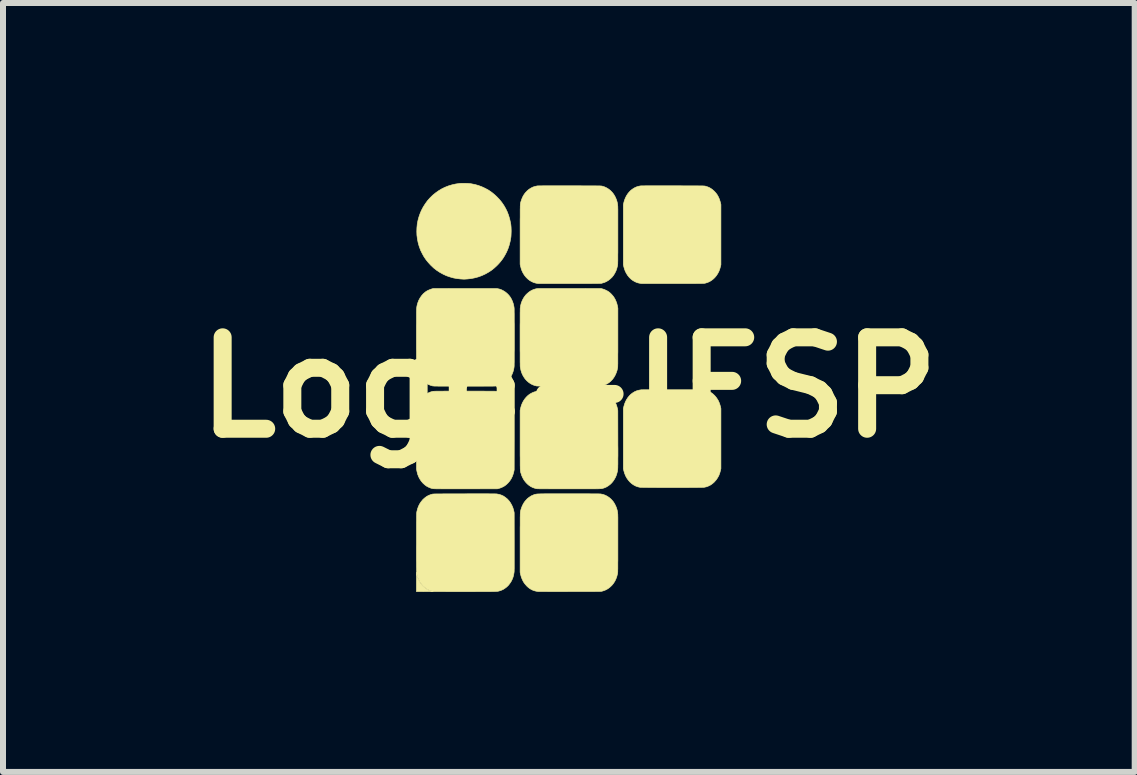
<source format=kicad_pcb>
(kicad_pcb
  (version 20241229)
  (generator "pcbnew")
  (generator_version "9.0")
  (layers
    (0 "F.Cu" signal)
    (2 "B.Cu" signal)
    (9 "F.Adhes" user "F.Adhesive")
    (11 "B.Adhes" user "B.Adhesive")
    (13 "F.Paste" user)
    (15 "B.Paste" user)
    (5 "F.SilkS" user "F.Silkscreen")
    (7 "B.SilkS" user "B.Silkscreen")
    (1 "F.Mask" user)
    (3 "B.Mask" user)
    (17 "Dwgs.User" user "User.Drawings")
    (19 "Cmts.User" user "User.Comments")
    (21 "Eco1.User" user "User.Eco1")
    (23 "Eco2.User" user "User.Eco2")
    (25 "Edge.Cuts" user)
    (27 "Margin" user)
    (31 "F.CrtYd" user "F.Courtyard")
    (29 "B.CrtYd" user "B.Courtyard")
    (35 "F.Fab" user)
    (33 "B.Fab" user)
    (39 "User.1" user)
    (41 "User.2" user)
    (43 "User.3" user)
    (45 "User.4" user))
  (footprint "Logo-IFSP"
    (layer "F.Cu")
    (at 6.43 3.406)
    (property "Reference" "Logo-IFSP" (at 0 0 0) (layer "F.SilkS") (effects (font (size 1.524 1.524) (thickness 0.3))))
    (attr through_hole)
    (fp_poly (pts (xy -1.732 -3.401) (xy -1.706 -3.4) (xy -1.681 -3.399) (xy -1.658 -3.397) (xy -1.638 -3.395) (xy -1.631 -3.394) (xy -1.568 -3.382) (xy -1.508 -3.365) (xy -1.449 -3.343) (xy -1.393 -3.317) (xy -1.338 -3.287) (xy -1.287 -3.252) (xy -1.238 -3.212) (xy -1.203 -3.18) (xy -1.158 -3.133) (xy -1.118 -3.084) (xy -1.083 -3.033) (xy -1.052 -2.979) (xy -1.025 -2.923) (xy -1.003 -2.864) (xy -0.985 -2.802) (xy -0.971 -2.738) (xy -0.967 -2.715) (xy -0.965 -2.696) (xy -0.963 -2.674) (xy -0.962 -2.648) (xy -0.961 -2.622) (xy -0.961 -2.594) (xy -0.962 -2.567) (xy -0.963 -2.542) (xy -0.964 -2.519) (xy -0.966 -2.501) (xy -0.966 -2.5) (xy -0.978 -2.434) (xy -0.994 -2.371) (xy -1.014 -2.311) (xy -1.039 -2.253) (xy -1.069 -2.197) (xy -1.102 -2.144) (xy -1.14 -2.094) (xy -1.182 -2.047) (xy -1.194 -2.035) (xy -1.241 -1.991) (xy -1.29 -1.952) (xy -1.342 -1.918) (xy -1.396 -1.888) (xy -1.453 -1.862) (xy -1.511 -1.841) (xy -1.571 -1.825) (xy -1.633 -1.813) (xy -1.697 -1.806) (xy -1.701 -1.806) (xy -1.719 -1.805) (xy -1.734 -1.804) (xy -1.748 -1.804) (xy -1.76 -1.804) (xy -1.774 -1.805) (xy -1.791 -1.806) (xy -1.798 -1.806) (xy -1.86 -1.813) (xy -1.922 -1.824) (xy -1.982 -1.841) (xy -2.04 -1.861) (xy -2.096 -1.887) (xy -2.149 -1.916) (xy -2.201 -1.95) (xy -2.25 -1.988) (xy -2.295 -2.03) (xy -2.338 -2.076) (xy -2.378 -2.125) (xy -2.402 -2.16) (xy -2.416 -2.181) (xy -2.43 -2.206) (xy -2.444 -2.232) (xy -2.457 -2.258) (xy -2.469 -2.282) (xy -2.473 -2.292) (xy -2.495 -2.352) (xy -2.512 -2.413) (xy -2.524 -2.474) (xy -2.532 -2.537) (xy -2.534 -2.599) (xy -2.532 -2.661) (xy -2.526 -2.724) (xy -2.514 -2.785) (xy -2.497 -2.846) (xy -2.476 -2.905) (xy -2.456 -2.951) (xy -2.426 -3.008) (xy -2.392 -3.061) (xy -2.355 -3.112) (xy -2.313 -3.159) (xy -2.268 -3.203) (xy -2.22 -3.242) (xy -2.177 -3.273) (xy -2.123 -3.306) (xy -2.067 -3.334) (xy -2.009 -3.357) (xy -1.95 -3.375) (xy -1.889 -3.389) (xy -1.826 -3.398) (xy -1.823 -3.399) (xy -1.805 -3.4) (xy -1.783 -3.401) (xy -1.758 -3.401) (xy -1.732 -3.401)) (stroke (width 0.01) (type solid)) (fill yes) (layer "F.SilkS"))
    (fp_poly (pts (xy 1.536 0.038) (xy 1.593 0.039) (xy 1.655 0.039) (xy 1.722 0.039) (xy 1.737 0.039) (xy 1.798 0.039) (xy 1.854 0.039) (xy 1.905 0.039) (xy 1.952 0.039) (xy 1.994 0.039) (xy 2.033 0.039) (xy 2.067 0.039) (xy 2.098 0.04) (xy 2.126 0.04) (xy 2.151 0.04) (xy 2.173 0.04) (xy 2.192 0.041) (xy 2.209 0.041) (xy 2.223 0.041) (xy 2.236 0.042) (xy 2.246 0.042) (xy 2.255 0.043) (xy 2.263 0.044) (xy 2.27 0.045) (xy 2.275 0.045) (xy 2.28 0.046) (xy 2.284 0.048) (xy 2.289 0.049) (xy 2.293 0.05) (xy 2.297 0.052) (xy 2.301 0.053) (xy 2.305 0.054) (xy 2.339 0.068) (xy 2.371 0.087) (xy 2.402 0.11) (xy 2.43 0.136) (xy 2.456 0.167) (xy 2.478 0.2) (xy 2.493 0.225) (xy 2.505 0.253) (xy 2.516 0.283) (xy 2.525 0.314) (xy 2.528 0.326) (xy 2.534 0.352) (xy 2.534 1.355) (xy 2.528 1.381) (xy 2.516 1.425) (xy 2.501 1.466) (xy 2.481 1.503) (xy 2.458 1.538) (xy 2.431 1.569) (xy 2.426 1.575) (xy 2.396 1.602) (xy 2.364 1.625) (xy 2.331 1.642) (xy 2.296 1.656) (xy 2.259 1.664) (xy 2.253 1.665) (xy 2.247 1.666) (xy 2.237 1.666) (xy 2.222 1.666) (xy 2.203 1.667) (xy 2.18 1.667) (xy 2.154 1.667) (xy 2.124 1.668) (xy 2.091 1.668) (xy 2.056 1.668) (xy 2.018 1.668) (xy 1.979 1.669) (xy 1.937 1.669) (xy 1.894 1.669) (xy 1.85 1.669) (xy 1.805 1.669) (xy 1.759 1.669) (xy 1.713 1.669) (xy 1.667 1.669) (xy 1.622 1.669) (xy 1.577 1.669) (xy 1.533 1.669) (xy 1.491 1.669) (xy 1.449 1.668) (xy 1.41 1.668) (xy 1.373 1.668) (xy 1.338 1.668) (xy 1.306 1.667) (xy 1.278 1.667) (xy 1.252 1.667) (xy 1.23 1.666) (xy 1.212 1.666) (xy 1.198 1.666) (xy 1.189 1.665) (xy 1.186 1.665) (xy 1.149 1.657) (xy 1.114 1.644) (xy 1.08 1.626) (xy 1.048 1.604) (xy 1.018 1.577) (xy 1.017 1.576) (xy 0.99 1.545) (xy 0.966 1.511) (xy 0.946 1.475) (xy 0.93 1.435) (xy 0.917 1.392) (xy 0.914 1.379) (xy 0.908 1.353) (xy 0.908 0.354) (xy 0.914 0.328) (xy 0.926 0.284) (xy 0.941 0.244) (xy 0.96 0.206) (xy 0.982 0.172) (xy 1.007 0.141) (xy 1.034 0.114) (xy 1.065 0.091) (xy 1.098 0.071) (xy 1.133 0.056) (xy 1.17 0.046) (xy 1.201 0.041) (xy 1.207 0.04) (xy 1.216 0.04) (xy 1.229 0.04) (xy 1.246 0.039) (xy 1.267 0.039) (xy 1.292 0.039) (xy 1.322 0.039) (xy 1.355 0.039) (xy 1.394 0.039) (xy 1.437 0.039) (xy 1.484 0.038) (xy 1.536 0.038)) (stroke (width 0.01) (type solid)) (fill yes) (layer "F.SilkS"))
    (fp_poly (pts (xy 1.527 -3.36) (xy 1.584 -3.36) (xy 1.646 -3.36) (xy 1.712 -3.36) (xy 1.735 -3.36) (xy 1.796 -3.36) (xy 1.852 -3.36) (xy 1.903 -3.359) (xy 1.95 -3.359) (xy 1.992 -3.359) (xy 2.031 -3.359) (xy 2.066 -3.359) (xy 2.097 -3.359) (xy 2.124 -3.359) (xy 2.149 -3.359) (xy 2.17 -3.358) (xy 2.189 -3.358) (xy 2.205 -3.358) (xy 2.219 -3.358) (xy 2.231 -3.358) (xy 2.241 -3.357) (xy 2.249 -3.357) (xy 2.255 -3.357) (xy 2.26 -3.356) (xy 2.264 -3.356) (xy 2.267 -3.355) (xy 2.27 -3.355) (xy 2.271 -3.355) (xy 2.306 -3.344) (xy 2.337 -3.332) (xy 2.365 -3.316) (xy 2.392 -3.297) (xy 2.418 -3.274) (xy 2.425 -3.268) (xy 2.452 -3.238) (xy 2.475 -3.206) (xy 2.494 -3.171) (xy 2.51 -3.134) (xy 2.523 -3.092) (xy 2.528 -3.073) (xy 2.534 -3.047) (xy 2.534 -2.043) (xy 2.528 -2.018) (xy 2.516 -1.975) (xy 2.501 -1.934) (xy 2.481 -1.896) (xy 2.458 -1.861) (xy 2.432 -1.83) (xy 2.428 -1.826) (xy 2.4 -1.8) (xy 2.371 -1.779) (xy 2.341 -1.761) (xy 2.307 -1.747) (xy 2.27 -1.736) (xy 2.267 -1.736) (xy 2.265 -1.735) (xy 2.262 -1.735) (xy 2.258 -1.734) (xy 2.254 -1.734) (xy 2.248 -1.733) (xy 2.241 -1.733) (xy 2.233 -1.733) (xy 2.223 -1.733) (xy 2.211 -1.732) (xy 2.196 -1.732) (xy 2.179 -1.732) (xy 2.16 -1.732) (xy 2.138 -1.732) (xy 2.113 -1.731) (xy 2.084 -1.731) (xy 2.053 -1.731) (xy 2.017 -1.731) (xy 1.978 -1.731) (xy 1.934 -1.731) (xy 1.886 -1.731) (xy 1.834 -1.731) (xy 1.777 -1.731) (xy 1.734 -1.731) (xy 1.683 -1.731) (xy 1.633 -1.731) (xy 1.585 -1.731) (xy 1.539 -1.731) (xy 1.494 -1.731) (xy 1.452 -1.731) (xy 1.413 -1.731) (xy 1.376 -1.731) (xy 1.343 -1.731) (xy 1.312 -1.731) (xy 1.285 -1.731) (xy 1.262 -1.731) (xy 1.243 -1.731) (xy 1.228 -1.731) (xy 1.217 -1.731) (xy 1.211 -1.731) (xy 1.21 -1.731) (xy 1.179 -1.736) (xy 1.151 -1.742) (xy 1.125 -1.751) (xy 1.101 -1.762) (xy 1.076 -1.776) (xy 1.066 -1.782) (xy 1.034 -1.806) (xy 1.006 -1.834) (xy 0.98 -1.866) (xy 0.958 -1.901) (xy 0.939 -1.939) (xy 0.924 -1.981) (xy 0.914 -2.019) (xy 0.908 -2.046) (xy 0.908 -3.042) (xy 0.914 -3.071) (xy 0.925 -3.113) (xy 0.94 -3.152) (xy 0.958 -3.189) (xy 0.979 -3.223) (xy 1.004 -3.254) (xy 1.031 -3.282) (xy 1.061 -3.305) (xy 1.093 -3.325) (xy 1.127 -3.341) (xy 1.163 -3.352) (xy 1.194 -3.358) (xy 1.199 -3.358) (xy 1.208 -3.359) (xy 1.22 -3.359) (xy 1.237 -3.359) (xy 1.258 -3.359) (xy 1.283 -3.36) (xy 1.312 -3.36) (xy 1.346 -3.36) (xy 1.384 -3.36) (xy 1.427 -3.36) (xy 1.475 -3.36) (xy 1.527 -3.36)) (stroke (width 0.01) (type solid)) (fill yes) (layer "F.SilkS"))
    (fp_poly (pts (xy -1.664 0.062) (xy -1.606 0.062) (xy -1.553 0.062) (xy -1.505 0.062) (xy -1.461 0.062) (xy -1.421 0.062) (xy -1.386 0.063) (xy -1.353 0.063) (xy -1.325 0.063) (xy -1.299 0.063) (xy -1.277 0.063) (xy -1.258 0.063) (xy -1.241 0.063) (xy -1.227 0.064) (xy -1.216 0.064) (xy -1.206 0.064) (xy -1.199 0.065) (xy -1.193 0.065) (xy -1.189 0.065) (xy -1.186 0.066) (xy -1.148 0.075) (xy -1.112 0.089) (xy -1.078 0.108) (xy -1.047 0.13) (xy -1.017 0.157) (xy -0.991 0.187) (xy -0.968 0.22) (xy -0.948 0.257) (xy -0.94 0.275) (xy -0.929 0.308) (xy -0.919 0.343) (xy -0.913 0.377) (xy -0.912 0.387) (xy -0.912 0.393) (xy -0.911 0.401) (xy -0.911 0.412) (xy -0.911 0.426) (xy -0.91 0.443) (xy -0.91 0.464) (xy -0.91 0.489) (xy -0.91 0.517) (xy -0.91 0.549) (xy -0.91 0.585) (xy -0.91 0.625) (xy -0.91 0.67) (xy -0.91 0.719) (xy -0.91 0.773) (xy -0.91 0.831) (xy -0.91 0.894) (xy -0.911 1.373) (xy -0.916 1.4) (xy -0.928 1.445) (xy -0.943 1.486) (xy -0.962 1.524) (xy -0.985 1.559) (xy -1.011 1.59) (xy -1.04 1.618) (xy -1.071 1.642) (xy -1.106 1.661) (xy -1.144 1.677) (xy -1.165 1.683) (xy -1.19 1.69) (xy -1.714 1.691) (xy -1.777 1.691) (xy -1.835 1.691) (xy -1.888 1.691) (xy -1.936 1.691) (xy -1.981 1.691) (xy -2.021 1.691) (xy -2.057 1.691) (xy -2.09 1.691) (xy -2.119 1.691) (xy -2.144 1.69) (xy -2.167 1.69) (xy -2.187 1.69) (xy -2.203 1.69) (xy -2.218 1.69) (xy -2.23 1.689) (xy -2.24 1.689) (xy -2.248 1.689) (xy -2.254 1.688) (xy -2.258 1.688) (xy -2.261 1.688) (xy -2.297 1.68) (xy -2.332 1.666) (xy -2.366 1.649) (xy -2.398 1.626) (xy -2.428 1.599) (xy -2.433 1.594) (xy -2.461 1.561) (xy -2.484 1.526) (xy -2.504 1.488) (xy -2.52 1.446) (xy -2.531 1.402) (xy -2.533 1.392) (xy -2.539 1.36) (xy -2.539 0.88) (xy -2.539 0.821) (xy -2.539 0.767) (xy -2.539 0.717) (xy -2.539 0.672) (xy -2.539 0.63) (xy -2.539 0.593) (xy -2.539 0.56) (xy -2.538 0.53) (xy -2.538 0.503) (xy -2.538 0.479) (xy -2.538 0.458) (xy -2.537 0.44) (xy -2.537 0.423) (xy -2.537 0.409) (xy -2.536 0.397) (xy -2.535 0.387) (xy -2.535 0.378) (xy -2.534 0.37) (xy -2.533 0.363) (xy -2.532 0.356) (xy -2.531 0.351) (xy -2.53 0.345) (xy -2.528 0.339) (xy -2.527 0.334) (xy -2.525 0.328) (xy -2.525 0.326) (xy -2.512 0.286) (xy -2.495 0.248) (xy -2.475 0.213) (xy -2.452 0.18) (xy -2.425 0.151) (xy -2.396 0.126) (xy -2.365 0.104) (xy -2.331 0.087) (xy -2.309 0.078) (xy -2.297 0.074) (xy -2.282 0.07) (xy -2.269 0.067) (xy -2.268 0.067) (xy -2.266 0.066) (xy -2.263 0.066) (xy -2.259 0.065) (xy -2.255 0.065) (xy -2.25 0.065) (xy -2.243 0.064) (xy -2.236 0.064) (xy -2.227 0.064) (xy -2.215 0.063) (xy -2.202 0.063) (xy -2.187 0.063) (xy -2.17 0.063) (xy -2.149 0.063) (xy -2.126 0.063) (xy -2.1 0.063) (xy -2.071 0.062) (xy -2.038 0.062) (xy -2.001 0.062) (xy -1.96 0.062) (xy -1.916 0.062) (xy -1.867 0.062) (xy -1.813 0.062) (xy -1.755 0.062) (xy -1.726 0.062) (xy -1.664 0.062)) (stroke (width 0.01) (type solid)) (fill yes) (layer "F.SilkS"))
    (fp_poly (pts (xy -0.179 -1.648) (xy -0.124 -1.648) (xy -0.065 -1.648) (xy -0.000038 -1.648) (xy 0.014 -1.648) (xy 0.54 -1.647) (xy 0.565 -1.64) (xy 0.588 -1.633) (xy 0.612 -1.622) (xy 0.637 -1.61) (xy 0.658 -1.597) (xy 0.662 -1.595) (xy 0.686 -1.576) (xy 0.709 -1.554) (xy 0.732 -1.528) (xy 0.752 -1.501) (xy 0.769 -1.472) (xy 0.777 -1.456) (xy 0.789 -1.428) (xy 0.8 -1.397) (xy 0.808 -1.365) (xy 0.811 -1.35) (xy 0.817 -1.32) (xy 0.817 -0.836) (xy 0.817 -0.777) (xy 0.817 -0.724) (xy 0.817 -0.675) (xy 0.817 -0.63) (xy 0.817 -0.59) (xy 0.816 -0.553) (xy 0.816 -0.521) (xy 0.816 -0.492) (xy 0.816 -0.466) (xy 0.816 -0.443) (xy 0.816 -0.423) (xy 0.816 -0.406) (xy 0.816 -0.391) (xy 0.815 -0.378) (xy 0.815 -0.367) (xy 0.815 -0.358) (xy 0.815 -0.35) (xy 0.814 -0.344) (xy 0.814 -0.338) (xy 0.813 -0.334) (xy 0.813 -0.33) (xy 0.812 -0.326) (xy 0.812 -0.324) (xy 0.803 -0.281) (xy 0.789 -0.241) (xy 0.772 -0.203) (xy 0.752 -0.168) (xy 0.729 -0.136) (xy 0.702 -0.107) (xy 0.673 -0.082) (xy 0.641 -0.061) (xy 0.608 -0.044) (xy 0.572 -0.031) (xy 0.55 -0.026) (xy 0.546 -0.025) (xy 0.543 -0.024) (xy 0.54 -0.024) (xy 0.536 -0.023) (xy 0.532 -0.023) (xy 0.527 -0.023) (xy 0.521 -0.022) (xy 0.513 -0.022) (xy 0.504 -0.022) (xy 0.493 -0.021) (xy 0.48 -0.021) (xy 0.465 -0.021) (xy 0.448 -0.021) (xy 0.428 -0.021) (xy 0.405 -0.021) (xy 0.38 -0.021) (xy 0.351 -0.021) (xy 0.318 -0.021) (xy 0.282 -0.021) (xy 0.243 -0.021) (xy 0.199 -0.021) (xy 0.15 -0.021) (xy 0.098 -0.021) (xy 0.04 -0.021) (xy 0.001 -0.021) (xy -0.05 -0.021) (xy -0.101 -0.021) (xy -0.149 -0.021) (xy -0.196 -0.021) (xy -0.241 -0.021) (xy -0.283 -0.021) (xy -0.324 -0.021) (xy -0.361 -0.021) (xy -0.395 -0.022) (xy -0.427 -0.022) (xy -0.454 -0.022) (xy -0.479 -0.022) (xy -0.499 -0.022) (xy -0.515 -0.023) (xy -0.526 -0.023) (xy -0.533 -0.023) (xy -0.535 -0.023) (xy -0.571 -0.032) (xy -0.606 -0.045) (xy -0.64 -0.063) (xy -0.671 -0.085) (xy -0.701 -0.111) (xy -0.727 -0.14) (xy -0.745 -0.165) (xy -0.767 -0.202) (xy -0.785 -0.241) (xy -0.798 -0.282) (xy -0.807 -0.325) (xy -0.81 -0.347) (xy -0.811 -0.352) (xy -0.811 -0.362) (xy -0.811 -0.377) (xy -0.811 -0.396) (xy -0.812 -0.418) (xy -0.812 -0.444) (xy -0.812 -0.473) (xy -0.812 -0.506) (xy -0.812 -0.54) (xy -0.812 -0.577) (xy -0.813 -0.616) (xy -0.813 -0.657) (xy -0.813 -0.698) (xy -0.813 -0.741) (xy -0.813 -0.785) (xy -0.813 -0.828) (xy -0.813 -0.872) (xy -0.813 -0.916) (xy -0.813 -0.959) (xy -0.813 -1.001) (xy -0.813 -1.042) (xy -0.812 -1.081) (xy -0.812 -1.119) (xy -0.812 -1.154) (xy -0.812 -1.187) (xy -0.812 -1.217) (xy -0.812 -1.244) (xy -0.811 -1.267) (xy -0.811 -1.287) (xy -0.811 -1.303) (xy -0.811 -1.314) (xy -0.81 -1.321) (xy -0.81 -1.322) (xy -0.803 -1.367) (xy -0.792 -1.409) (xy -0.776 -1.449) (xy -0.756 -1.487) (xy -0.745 -1.504) (xy -0.721 -1.537) (xy -0.693 -1.565) (xy -0.663 -1.59) (xy -0.631 -1.611) (xy -0.596 -1.628) (xy -0.56 -1.64) (xy -0.531 -1.646) (xy -0.527 -1.646) (xy -0.521 -1.646) (xy -0.511 -1.647) (xy -0.499 -1.647) (xy -0.484 -1.647) (xy -0.465 -1.648) (xy -0.443 -1.648) (xy -0.417 -1.648) (xy -0.388 -1.648) (xy -0.354 -1.648) (xy -0.317 -1.648) (xy -0.275 -1.648) (xy -0.229 -1.648) (xy -0.179 -1.648)) (stroke (width 0.01) (type solid)) (fill yes) (layer "F.SilkS"))
    (fp_poly (pts (xy 0.235 0.061) (xy 0.286 0.061) (xy 0.332 0.061) (xy 0.373 0.062) (xy 0.409 0.062) (xy 0.439 0.062) (xy 0.465 0.062) (xy 0.485 0.062) (xy 0.501 0.063) (xy 0.511 0.063) (xy 0.516 0.063) (xy 0.551 0.068) (xy 0.584 0.077) (xy 0.615 0.09) (xy 0.621 0.093) (xy 0.656 0.113) (xy 0.688 0.137) (xy 0.716 0.165) (xy 0.742 0.196) (xy 0.764 0.231) (xy 0.783 0.269) (xy 0.798 0.309) (xy 0.81 0.353) (xy 0.811 0.358) (xy 0.816 0.387) (xy 0.817 0.852) (xy 0.817 0.912) (xy 0.817 0.967) (xy 0.818 1.017) (xy 0.818 1.063) (xy 0.818 1.105) (xy 0.818 1.143) (xy 0.817 1.177) (xy 0.817 1.208) (xy 0.817 1.236) (xy 0.817 1.26) (xy 0.817 1.282) (xy 0.816 1.301) (xy 0.816 1.318) (xy 0.816 1.332) (xy 0.815 1.345) (xy 0.815 1.356) (xy 0.814 1.366) (xy 0.813 1.374) (xy 0.812 1.382) (xy 0.811 1.389) (xy 0.81 1.395) (xy 0.809 1.401) (xy 0.808 1.407) (xy 0.807 1.409) (xy 0.796 1.451) (xy 0.781 1.49) (xy 0.762 1.526) (xy 0.74 1.56) (xy 0.715 1.591) (xy 0.687 1.618) (xy 0.656 1.641) (xy 0.623 1.661) (xy 0.587 1.676) (xy 0.577 1.679) (xy 0.573 1.68) (xy 0.568 1.682) (xy 0.564 1.683) (xy 0.56 1.684) (xy 0.555 1.685) (xy 0.55 1.686) (xy 0.543 1.687) (xy 0.536 1.688) (xy 0.528 1.688) (xy 0.518 1.689) (xy 0.507 1.689) (xy 0.493 1.69) (xy 0.478 1.69) (xy 0.46 1.69) (xy 0.44 1.691) (xy 0.417 1.691) (xy 0.391 1.691) (xy 0.362 1.691) (xy 0.329 1.691) (xy 0.293 1.691) (xy 0.253 1.691) (xy 0.209 1.691) (xy 0.161 1.691) (xy 0.109 1.691) (xy 0.051 1.691) (xy -0.001 1.691) (xy -0.052 1.691) (xy -0.102 1.691) (xy -0.15 1.691) (xy -0.196 1.691) (xy -0.241 1.691) (xy -0.283 1.691) (xy -0.323 1.691) (xy -0.36 1.69) (xy -0.394 1.69) (xy -0.425 1.69) (xy -0.452 1.69) (xy -0.476 1.69) (xy -0.496 1.69) (xy -0.511 1.689) (xy -0.522 1.689) (xy -0.528 1.689) (xy -0.53 1.689) (xy -0.566 1.681) (xy -0.601 1.669) (xy -0.635 1.652) (xy -0.666 1.631) (xy -0.695 1.606) (xy -0.722 1.577) (xy -0.746 1.546) (xy -0.766 1.511) (xy -0.784 1.473) (xy -0.796 1.436) (xy -0.798 1.43) (xy -0.8 1.425) (xy -0.801 1.42) (xy -0.803 1.415) (xy -0.804 1.41) (xy -0.805 1.404) (xy -0.806 1.398) (xy -0.807 1.392) (xy -0.808 1.384) (xy -0.808 1.375) (xy -0.809 1.365) (xy -0.81 1.353) (xy -0.81 1.339) (xy -0.81 1.323) (xy -0.811 1.305) (xy -0.811 1.284) (xy -0.811 1.261) (xy -0.811 1.234) (xy -0.811 1.204) (xy -0.811 1.171) (xy -0.812 1.134) (xy -0.812 1.093) (xy -0.812 1.048) (xy -0.812 0.998) (xy -0.812 0.944) (xy -0.812 0.885) (xy -0.812 0.875) (xy -0.812 0.382) (xy -0.805 0.35) (xy -0.793 0.306) (xy -0.777 0.265) (xy -0.758 0.228) (xy -0.735 0.193) (xy -0.708 0.161) (xy -0.708 0.161) (xy -0.679 0.133) (xy -0.648 0.11) (xy -0.615 0.092) (xy -0.58 0.077) (xy -0.547 0.068) (xy -0.545 0.067) (xy -0.542 0.067) (xy -0.539 0.066) (xy -0.535 0.066) (xy -0.531 0.065) (xy -0.526 0.065) (xy -0.52 0.064) (xy -0.513 0.064) (xy -0.504 0.064) (xy -0.493 0.063) (xy -0.481 0.063) (xy -0.466 0.063) (xy -0.449 0.063) (xy -0.429 0.063) (xy -0.406 0.063) (xy -0.381 0.062) (xy -0.352 0.062) (xy -0.319 0.062) (xy -0.283 0.062) (xy -0.243 0.062) (xy -0.199 0.062) (xy -0.15 0.062) (xy -0.097 0.062) (xy -0.039 0.062) (xy -0.019 0.062) (xy 0.052 0.061) (xy 0.118 0.061) (xy 0.179 0.061) (xy 0.235 0.061)) (stroke (width 0.01) (type solid)) (fill yes) (layer "F.SilkS"))
    (fp_poly (pts (xy -1.484 -1.648) (xy -1.434 -1.648) (xy -1.387 -1.648) (xy -1.346 -1.648) (xy -1.309 -1.648) (xy -1.277 -1.647) (xy -1.251 -1.647) (xy -1.229 -1.647) (xy -1.212 -1.647) (xy -1.2 -1.647) (xy -1.193 -1.646) (xy -1.191 -1.646) (xy -1.154 -1.638) (xy -1.119 -1.625) (xy -1.085 -1.607) (xy -1.053 -1.586) (xy -1.023 -1.56) (xy -0.995 -1.53) (xy -0.971 -1.497) (xy -0.97 -1.495) (xy -0.953 -1.464) (xy -0.938 -1.43) (xy -0.926 -1.394) (xy -0.917 -1.356) (xy -0.912 -1.325) (xy -0.912 -1.32) (xy -0.911 -1.309) (xy -0.911 -1.294) (xy -0.911 -1.275) (xy -0.911 -1.253) (xy -0.91 -1.226) (xy -0.91 -1.197) (xy -0.91 -1.164) (xy -0.91 -1.129) (xy -0.91 -1.092) (xy -0.909 -1.053) (xy -0.909 -1.012) (xy -0.909 -0.97) (xy -0.909 -0.927) (xy -0.909 -0.884) (xy -0.909 -0.839) (xy -0.909 -0.795) (xy -0.909 -0.752) (xy -0.909 -0.708) (xy -0.909 -0.666) (xy -0.909 -0.625) (xy -0.91 -0.586) (xy -0.91 -0.548) (xy -0.91 -0.512) (xy -0.91 -0.479) (xy -0.91 -0.449) (xy -0.91 -0.422) (xy -0.911 -0.398) (xy -0.911 -0.378) (xy -0.911 -0.363) (xy -0.912 -0.351) (xy -0.912 -0.344) (xy -0.912 -0.343) (xy -0.919 -0.301) (xy -0.93 -0.261) (xy -0.945 -0.222) (xy -0.963 -0.186) (xy -0.985 -0.152) (xy -1.01 -0.122) (xy -1.038 -0.095) (xy -1.069 -0.071) (xy -1.102 -0.052) (xy -1.137 -0.036) (xy -1.139 -0.036) (xy -1.144 -0.034) (xy -1.148 -0.032) (xy -1.153 -0.031) (xy -1.157 -0.03) (xy -1.161 -0.028) (xy -1.166 -0.027) (xy -1.171 -0.026) (xy -1.178 -0.025) (xy -1.185 -0.024) (xy -1.194 -0.024) (xy -1.204 -0.023) (xy -1.216 -0.023) (xy -1.229 -0.022) (xy -1.245 -0.022) (xy -1.263 -0.021) (xy -1.284 -0.021) (xy -1.308 -0.021) (xy -1.334 -0.021) (xy -1.364 -0.021) (xy -1.397 -0.021) (xy -1.434 -0.02) (xy -1.475 -0.02) (xy -1.519 -0.02) (xy -1.568 -0.02) (xy -1.622 -0.02) (xy -1.68 -0.02) (xy -1.727 -0.02) (xy -1.788 -0.021) (xy -1.843 -0.021) (xy -1.895 -0.021) (xy -1.941 -0.021) (xy -1.984 -0.021) (xy -2.022 -0.021) (xy -2.057 -0.021) (xy -2.088 -0.021) (xy -2.116 -0.021) (xy -2.14 -0.021) (xy -2.162 -0.021) (xy -2.181 -0.021) (xy -2.197 -0.022) (xy -2.211 -0.022) (xy -2.223 -0.022) (xy -2.234 -0.022) (xy -2.242 -0.022) (xy -2.249 -0.023) (xy -2.255 -0.023) (xy -2.259 -0.024) (xy -2.263 -0.024) (xy -2.267 -0.024) (xy -2.27 -0.025) (xy -2.272 -0.025) (xy -2.309 -0.036) (xy -2.345 -0.051) (xy -2.378 -0.07) (xy -2.409 -0.094) (xy -2.438 -0.121) (xy -2.463 -0.153) (xy -2.486 -0.187) (xy -2.498 -0.212) (xy -2.513 -0.246) (xy -2.524 -0.279) (xy -2.532 -0.314) (xy -2.537 -0.352) (xy -2.538 -0.364) (xy -2.538 -0.371) (xy -2.538 -0.383) (xy -2.538 -0.398) (xy -2.539 -0.418) (xy -2.539 -0.442) (xy -2.539 -0.469) (xy -2.539 -0.499) (xy -2.539 -0.532) (xy -2.539 -0.568) (xy -2.539 -0.606) (xy -2.54 -0.645) (xy -2.54 -0.686) (xy -2.54 -0.728) (xy -2.54 -0.771) (xy -2.54 -0.814) (xy -2.54 -0.857) (xy -2.54 -0.901) (xy -2.54 -0.943) (xy -2.54 -0.985) (xy -2.54 -1.026) (xy -2.539 -1.066) (xy -2.539 -1.103) (xy -2.539 -1.138) (xy -2.539 -1.171) (xy -2.539 -1.201) (xy -2.539 -1.228) (xy -2.539 -1.252) (xy -2.538 -1.271) (xy -2.538 -1.287) (xy -2.538 -1.298) (xy -2.538 -1.304) (xy -2.534 -1.342) (xy -2.527 -1.377) (xy -2.517 -1.41) (xy -2.504 -1.444) (xy -2.498 -1.457) (xy -2.477 -1.495) (xy -2.453 -1.529) (xy -2.425 -1.561) (xy -2.393 -1.588) (xy -2.377 -1.6) (xy -2.363 -1.608) (xy -2.346 -1.617) (xy -2.327 -1.625) (xy -2.309 -1.633) (xy -2.291 -1.639) (xy -2.287 -1.64) (xy -2.262 -1.647) (xy -1.735 -1.648) (xy -1.665 -1.648) (xy -1.6 -1.648) (xy -1.54 -1.648) (xy -1.484 -1.648)) (stroke (width 0.01) (type solid)) (fill yes) (layer "F.SilkS"))
    (fp_poly (pts (xy -0.204 -3.36) (xy -0.152 -3.36) (xy -0.095 -3.36) (xy -0.034 -3.36) (xy 0.018 -3.36) (xy 0.078 -3.36) (xy 0.133 -3.36) (xy 0.184 -3.36) (xy 0.23 -3.359) (xy 0.273 -3.359) (xy 0.311 -3.359) (xy 0.345 -3.359) (xy 0.376 -3.359) (xy 0.403 -3.359) (xy 0.427 -3.359) (xy 0.448 -3.359) (xy 0.467 -3.358) (xy 0.483 -3.358) (xy 0.497 -3.358) (xy 0.508 -3.358) (xy 0.518 -3.358) (xy 0.526 -3.357) (xy 0.533 -3.357) (xy 0.538 -3.357) (xy 0.543 -3.356) (xy 0.546 -3.356) (xy 0.549 -3.355) (xy 0.552 -3.355) (xy 0.554 -3.354) (xy 0.556 -3.354) (xy 0.594 -3.342) (xy 0.63 -3.325) (xy 0.664 -3.304) (xy 0.695 -3.279) (xy 0.723 -3.25) (xy 0.748 -3.218) (xy 0.769 -3.182) (xy 0.773 -3.174) (xy 0.787 -3.143) (xy 0.798 -3.114) (xy 0.806 -3.084) (xy 0.812 -3.053) (xy 0.815 -3.02) (xy 0.816 -3.013) (xy 0.816 -3.002) (xy 0.816 -2.987) (xy 0.817 -2.969) (xy 0.817 -2.946) (xy 0.817 -2.918) (xy 0.817 -2.887) (xy 0.817 -2.851) (xy 0.817 -2.81) (xy 0.817 -2.765) (xy 0.817 -2.716) (xy 0.817 -2.661) (xy 0.817 -2.602) (xy 0.817 -2.537) (xy 0.817 -2.521) (xy 0.817 -2.464) (xy 0.817 -2.412) (xy 0.817 -2.364) (xy 0.817 -2.321) (xy 0.817 -2.282) (xy 0.817 -2.247) (xy 0.816 -2.216) (xy 0.816 -2.188) (xy 0.816 -2.163) (xy 0.816 -2.141) (xy 0.816 -2.123) (xy 0.816 -2.106) (xy 0.815 -2.092) (xy 0.815 -2.08) (xy 0.815 -2.07) (xy 0.815 -2.062) (xy 0.814 -2.055) (xy 0.814 -2.049) (xy 0.813 -2.044) (xy 0.813 -2.04) (xy 0.812 -2.036) (xy 0.812 -2.033) (xy 0.811 -2.029) (xy 0.811 -2.028) (xy 0.8 -1.984) (xy 0.786 -1.943) (xy 0.767 -1.905) (xy 0.746 -1.87) (xy 0.721 -1.838) (xy 0.692 -1.81) (xy 0.661 -1.785) (xy 0.628 -1.765) (xy 0.591 -1.748) (xy 0.552 -1.737) (xy 0.548 -1.735) (xy 0.545 -1.735) (xy 0.542 -1.734) (xy 0.538 -1.734) (xy 0.533 -1.734) (xy 0.526 -1.733) (xy 0.519 -1.733) (xy 0.509 -1.733) (xy 0.497 -1.733) (xy 0.484 -1.732) (xy 0.468 -1.732) (xy 0.449 -1.732) (xy 0.428 -1.732) (xy 0.403 -1.732) (xy 0.376 -1.731) (xy 0.345 -1.731) (xy 0.31 -1.731) (xy 0.272 -1.731) (xy 0.229 -1.731) (xy 0.183 -1.731) (xy 0.132 -1.731) (xy 0.076 -1.731) (xy 0.015 -1.731) (xy -0.036 -1.731) (xy -0.085 -1.731) (xy -0.133 -1.731) (xy -0.18 -1.731) (xy -0.224 -1.731) (xy -0.266 -1.731) (xy -0.306 -1.731) (xy -0.343 -1.731) (xy -0.377 -1.731) (xy -0.407 -1.731) (xy -0.434 -1.731) (xy -0.458 -1.731) (xy -0.477 -1.731) (xy -0.493 -1.731) (xy -0.503 -1.731) (xy -0.509 -1.731) (xy -0.511 -1.731) (xy -0.548 -1.737) (xy -0.584 -1.747) (xy -0.618 -1.762) (xy -0.651 -1.781) (xy -0.682 -1.805) (xy -0.71 -1.832) (xy -0.736 -1.863) (xy -0.758 -1.897) (xy -0.77 -1.919) (xy -0.784 -1.95) (xy -0.795 -1.982) (xy -0.804 -2.018) (xy -0.805 -2.019) (xy -0.812 -2.051) (xy -0.812 -2.544) (xy -0.812 -2.603) (xy -0.812 -2.658) (xy -0.812 -2.708) (xy -0.812 -2.754) (xy -0.812 -2.796) (xy -0.811 -2.834) (xy -0.811 -2.867) (xy -0.811 -2.898) (xy -0.811 -2.925) (xy -0.811 -2.949) (xy -0.811 -2.97) (xy -0.81 -2.989) (xy -0.81 -3.005) (xy -0.81 -3.02) (xy -0.809 -3.032) (xy -0.808 -3.042) (xy -0.808 -3.051) (xy -0.807 -3.059) (xy -0.806 -3.066) (xy -0.805 -3.072) (xy -0.804 -3.078) (xy -0.803 -3.083) (xy -0.801 -3.088) (xy -0.8 -3.093) (xy -0.798 -3.098) (xy -0.797 -3.104) (xy -0.796 -3.105) (xy -0.782 -3.145) (xy -0.765 -3.183) (xy -0.744 -3.218) (xy -0.72 -3.249) (xy -0.693 -3.277) (xy -0.663 -3.302) (xy -0.631 -3.322) (xy -0.597 -3.339) (xy -0.562 -3.35) (xy -0.525 -3.358) (xy -0.523 -3.358) (xy -0.519 -3.358) (xy -0.511 -3.358) (xy -0.501 -3.359) (xy -0.488 -3.359) (xy -0.471 -3.359) (xy -0.451 -3.359) (xy -0.428 -3.36) (xy -0.4 -3.36) (xy -0.369 -3.36) (xy -0.335 -3.36) (xy -0.295 -3.36) (xy -0.252 -3.36) (xy -0.204 -3.36)) (stroke (width 0.01) (type solid)) (fill yes) (layer "F.SilkS"))
    (fp_poly (pts (xy -0.073 1.773) (xy -0.013 1.773) (xy 0.003 1.773) (xy 0.067 1.773) (xy 0.128 1.773) (xy 0.185 1.773) (xy 0.238 1.773) (xy 0.287 1.773) (xy 0.332 1.773) (xy 0.372 1.774) (xy 0.408 1.774) (xy 0.44 1.774) (xy 0.467 1.774) (xy 0.489 1.774) (xy 0.507 1.775) (xy 0.519 1.775) (xy 0.527 1.775) (xy 0.53 1.776) (xy 0.568 1.783) (xy 0.604 1.796) (xy 0.638 1.813) (xy 0.67 1.834) (xy 0.701 1.86) (xy 0.725 1.886) (xy 0.745 1.911) (xy 0.762 1.939) (xy 0.773 1.96) (xy 0.787 1.99) (xy 0.798 2.02) (xy 0.806 2.049) (xy 0.812 2.08) (xy 0.815 2.113) (xy 0.816 2.12) (xy 0.816 2.131) (xy 0.816 2.146) (xy 0.817 2.165) (xy 0.817 2.188) (xy 0.817 2.215) (xy 0.817 2.246) (xy 0.817 2.282) (xy 0.817 2.323) (xy 0.817 2.368) (xy 0.817 2.418) (xy 0.817 2.472) (xy 0.817 2.532) (xy 0.817 2.596) (xy 0.817 2.612) (xy 0.817 2.669) (xy 0.817 2.722) (xy 0.817 2.769) (xy 0.817 2.812) (xy 0.817 2.851) (xy 0.817 2.886) (xy 0.816 2.918) (xy 0.816 2.946) (xy 0.816 2.97) (xy 0.816 2.992) (xy 0.816 3.011) (xy 0.816 3.027) (xy 0.815 3.041) (xy 0.815 3.053) (xy 0.815 3.063) (xy 0.815 3.072) (xy 0.814 3.079) (xy 0.814 3.084) (xy 0.813 3.089) (xy 0.813 3.094) (xy 0.812 3.097) (xy 0.812 3.101) (xy 0.811 3.104) (xy 0.811 3.105) (xy 0.8 3.15) (xy 0.785 3.192) (xy 0.766 3.231) (xy 0.743 3.267) (xy 0.717 3.299) (xy 0.713 3.303) (xy 0.683 3.331) (xy 0.651 3.355) (xy 0.617 3.374) (xy 0.579 3.389) (xy 0.548 3.398) (xy 0.545 3.398) (xy 0.542 3.399) (xy 0.538 3.399) (xy 0.533 3.4) (xy 0.526 3.4) (xy 0.519 3.4) (xy 0.509 3.401) (xy 0.497 3.401) (xy 0.484 3.401) (xy 0.468 3.401) (xy 0.449 3.401) (xy 0.428 3.402) (xy 0.404 3.402) (xy 0.376 3.402) (xy 0.345 3.402) (xy 0.311 3.402) (xy 0.272 3.402) (xy 0.23 3.402) (xy 0.184 3.402) (xy 0.133 3.402) (xy 0.077 3.402) (xy 0.016 3.402) (xy 0.014 3.402) (xy -0.037 3.403) (xy -0.087 3.403) (xy -0.135 3.403) (xy -0.181 3.403) (xy -0.225 3.403) (xy -0.267 3.403) (xy -0.307 3.403) (xy -0.343 3.403) (xy -0.377 3.402) (xy -0.407 3.402) (xy -0.434 3.402) (xy -0.458 3.402) (xy -0.477 3.402) (xy -0.492 3.402) (xy -0.502 3.402) (xy -0.508 3.402) (xy -0.509 3.402) (xy -0.536 3.398) (xy -0.56 3.393) (xy -0.581 3.387) (xy -0.602 3.379) (xy -0.62 3.371) (xy -0.649 3.354) (xy -0.677 3.333) (xy -0.704 3.308) (xy -0.707 3.304) (xy -0.734 3.273) (xy -0.757 3.24) (xy -0.775 3.204) (xy -0.791 3.165) (xy -0.803 3.123) (xy -0.805 3.114) (xy -0.812 3.082) (xy -0.812 2.59) (xy -0.812 2.53) (xy -0.812 2.475) (xy -0.812 2.425) (xy -0.812 2.379) (xy -0.812 2.337) (xy -0.811 2.3) (xy -0.811 2.266) (xy -0.811 2.235) (xy -0.811 2.208) (xy -0.811 2.184) (xy -0.811 2.163) (xy -0.81 2.144) (xy -0.81 2.128) (xy -0.81 2.114) (xy -0.809 2.102) (xy -0.808 2.091) (xy -0.808 2.082) (xy -0.807 2.074) (xy -0.806 2.067) (xy -0.805 2.061) (xy -0.804 2.056) (xy -0.803 2.051) (xy -0.801 2.046) (xy -0.8 2.041) (xy -0.798 2.035) (xy -0.797 2.029) (xy -0.796 2.028) (xy -0.782 1.988) (xy -0.764 1.95) (xy -0.743 1.914) (xy -0.718 1.883) (xy -0.691 1.854) (xy -0.66 1.83) (xy -0.628 1.809) (xy -0.592 1.793) (xy -0.58 1.788) (xy -0.575 1.786) (xy -0.57 1.785) (xy -0.565 1.783) (xy -0.561 1.782) (xy -0.556 1.781) (xy -0.551 1.78) (xy -0.545 1.779) (xy -0.538 1.778) (xy -0.53 1.777) (xy -0.52 1.776) (xy -0.51 1.776) (xy -0.497 1.775) (xy -0.482 1.775) (xy -0.466 1.774) (xy -0.446 1.774) (xy -0.425 1.774) (xy -0.4 1.773) (xy -0.372 1.773) (xy -0.341 1.773) (xy -0.306 1.773) (xy -0.268 1.773) (xy -0.226 1.773) (xy -0.18 1.773) (xy -0.129 1.773) (xy -0.073 1.773)) (stroke (width 0.01) (type solid)) (fill yes) (layer "F.SilkS"))
    (fp_poly (pts (xy -1.46 1.773) (xy -1.418 1.773) (xy -1.38 1.773) (xy -1.346 1.773) (xy -1.316 1.774) (xy -1.289 1.774) (xy -1.267 1.774) (xy -1.247 1.774) (xy -1.232 1.774) (xy -1.219 1.775) (xy -1.209 1.775) (xy -1.202 1.775) (xy -1.199 1.776) (xy -1.161 1.783) (xy -1.125 1.795) (xy -1.09 1.811) (xy -1.058 1.833) (xy -1.027 1.858) (xy -1.021 1.864) (xy -0.993 1.895) (xy -0.97 1.929) (xy -0.95 1.965) (xy -0.933 2.004) (xy -0.92 2.047) (xy -0.916 2.064) (xy -0.911 2.089) (xy -0.91 2.569) (xy -0.91 2.632) (xy -0.91 2.691) (xy -0.91 2.744) (xy -0.91 2.793) (xy -0.91 2.838) (xy -0.91 2.878) (xy -0.91 2.914) (xy -0.91 2.946) (xy -0.91 2.974) (xy -0.91 2.999) (xy -0.91 3.02) (xy -0.911 3.037) (xy -0.911 3.051) (xy -0.911 3.063) (xy -0.912 3.071) (xy -0.912 3.076) (xy -0.912 3.077) (xy -0.919 3.119) (xy -0.929 3.16) (xy -0.944 3.199) (xy -0.962 3.235) (xy -0.984 3.268) (xy -1.008 3.299) (xy -1.036 3.326) (xy -1.066 3.349) (xy -1.098 3.369) (xy -1.133 3.384) (xy -1.162 3.393) (xy -1.166 3.394) (xy -1.17 3.395) (xy -1.174 3.396) (xy -1.178 3.397) (xy -1.183 3.398) (xy -1.189 3.399) (xy -1.195 3.399) (xy -1.203 3.4) (xy -1.212 3.4) (xy -1.222 3.401) (xy -1.233 3.401) (xy -1.247 3.402) (xy -1.262 3.402) (xy -1.28 3.402) (xy -1.3 3.403) (xy -1.323 3.403) (xy -1.348 3.403) (xy -1.377 3.403) (xy -1.408 3.403) (xy -1.443 3.403) (xy -1.481 3.403) (xy -1.523 3.403) (xy -1.569 3.404) (xy -1.619 3.404) (xy -1.673 3.404) (xy -1.732 3.404) (xy -1.795 3.404) (xy -1.864 3.404) (xy -1.883 3.404) (xy -2.54 3.403) (xy -2.54 3.242) (xy -2.54 3.08) (xy -2.535 3.105) (xy -2.525 3.148) (xy -2.512 3.188) (xy -2.494 3.226) (xy -2.474 3.261) (xy -2.45 3.293) (xy -2.423 3.321) (xy -2.393 3.346) (xy -2.36 3.367) (xy -2.329 3.382) (xy -2.317 3.387) (xy -2.303 3.391) (xy -2.289 3.395) (xy -2.277 3.399) (xy -2.267 3.4) (xy -2.262 3.401) (xy -2.26 3.4) (xy -2.263 3.399) (xy -2.27 3.398) (xy -2.271 3.397) (xy -2.307 3.388) (xy -2.341 3.373) (xy -2.374 3.355) (xy -2.404 3.332) (xy -2.432 3.306) (xy -2.458 3.277) (xy -2.48 3.244) (xy -2.5 3.209) (xy -2.515 3.172) (xy -2.527 3.132) (xy -2.531 3.114) (xy -2.532 3.108) (xy -2.533 3.101) (xy -2.534 3.094) (xy -2.535 3.086) (xy -2.536 3.078) (xy -2.536 3.068) (xy -2.537 3.056) (xy -2.538 3.043) (xy -2.538 3.028) (xy -2.538 3.011) (xy -2.539 2.991) (xy -2.539 2.969) (xy -2.539 2.944) (xy -2.539 2.916) (xy -2.54 2.885) (xy -2.54 2.851) (xy -2.54 2.812) (xy -2.54 2.77) (xy -2.54 2.723) (xy -2.54 2.673) (xy -2.539 2.617) (xy -2.539 2.557) (xy -2.539 2.555) (xy -2.539 2.499) (xy -2.539 2.447) (xy -2.539 2.4) (xy -2.539 2.358) (xy -2.539 2.319) (xy -2.539 2.285) (xy -2.539 2.254) (xy -2.538 2.226) (xy -2.538 2.202) (xy -2.538 2.181) (xy -2.538 2.162) (xy -2.538 2.147) (xy -2.537 2.133) (xy -2.537 2.121) (xy -2.537 2.112) (xy -2.537 2.103) (xy -2.536 2.097) (xy -2.536 2.091) (xy -2.535 2.086) (xy -2.535 2.082) (xy -2.534 2.078) (xy -2.534 2.075) (xy -2.533 2.071) (xy -2.533 2.071) (xy -2.522 2.026) (xy -2.507 1.984) (xy -2.488 1.945) (xy -2.464 1.908) (xy -2.437 1.875) (xy -2.432 1.869) (xy -2.403 1.843) (xy -2.373 1.82) (xy -2.341 1.802) (xy -2.306 1.788) (xy -2.274 1.779) (xy -2.272 1.778) (xy -2.269 1.778) (xy -2.265 1.777) (xy -2.26 1.777) (xy -2.255 1.777) (xy -2.247 1.776) (xy -2.239 1.776) (xy -2.228 1.776) (xy -2.215 1.775) (xy -2.2 1.775) (xy -2.183 1.775) (xy -2.163 1.775) (xy -2.14 1.775) (xy -2.114 1.775) (xy -2.085 1.774) (xy -2.052 1.774) (xy -2.016 1.774) (xy -1.975 1.774) (xy -1.931 1.774) (xy -1.882 1.774) (xy -1.828 1.774) (xy -1.77 1.774) (xy -1.74 1.774) (xy -1.674 1.773) (xy -1.614 1.773) (xy -1.558 1.773) (xy -1.507 1.773) (xy -1.46 1.773)) (stroke (width 0.01) (type solid)) (fill yes) (layer "F.SilkS")))
  (gr_rect
    (start -3 -3)
    (end 15.86 9.814)
    (stroke (width 0.1) (type default))
    (fill no)
    (layer "Edge.Cuts")))
</source>
